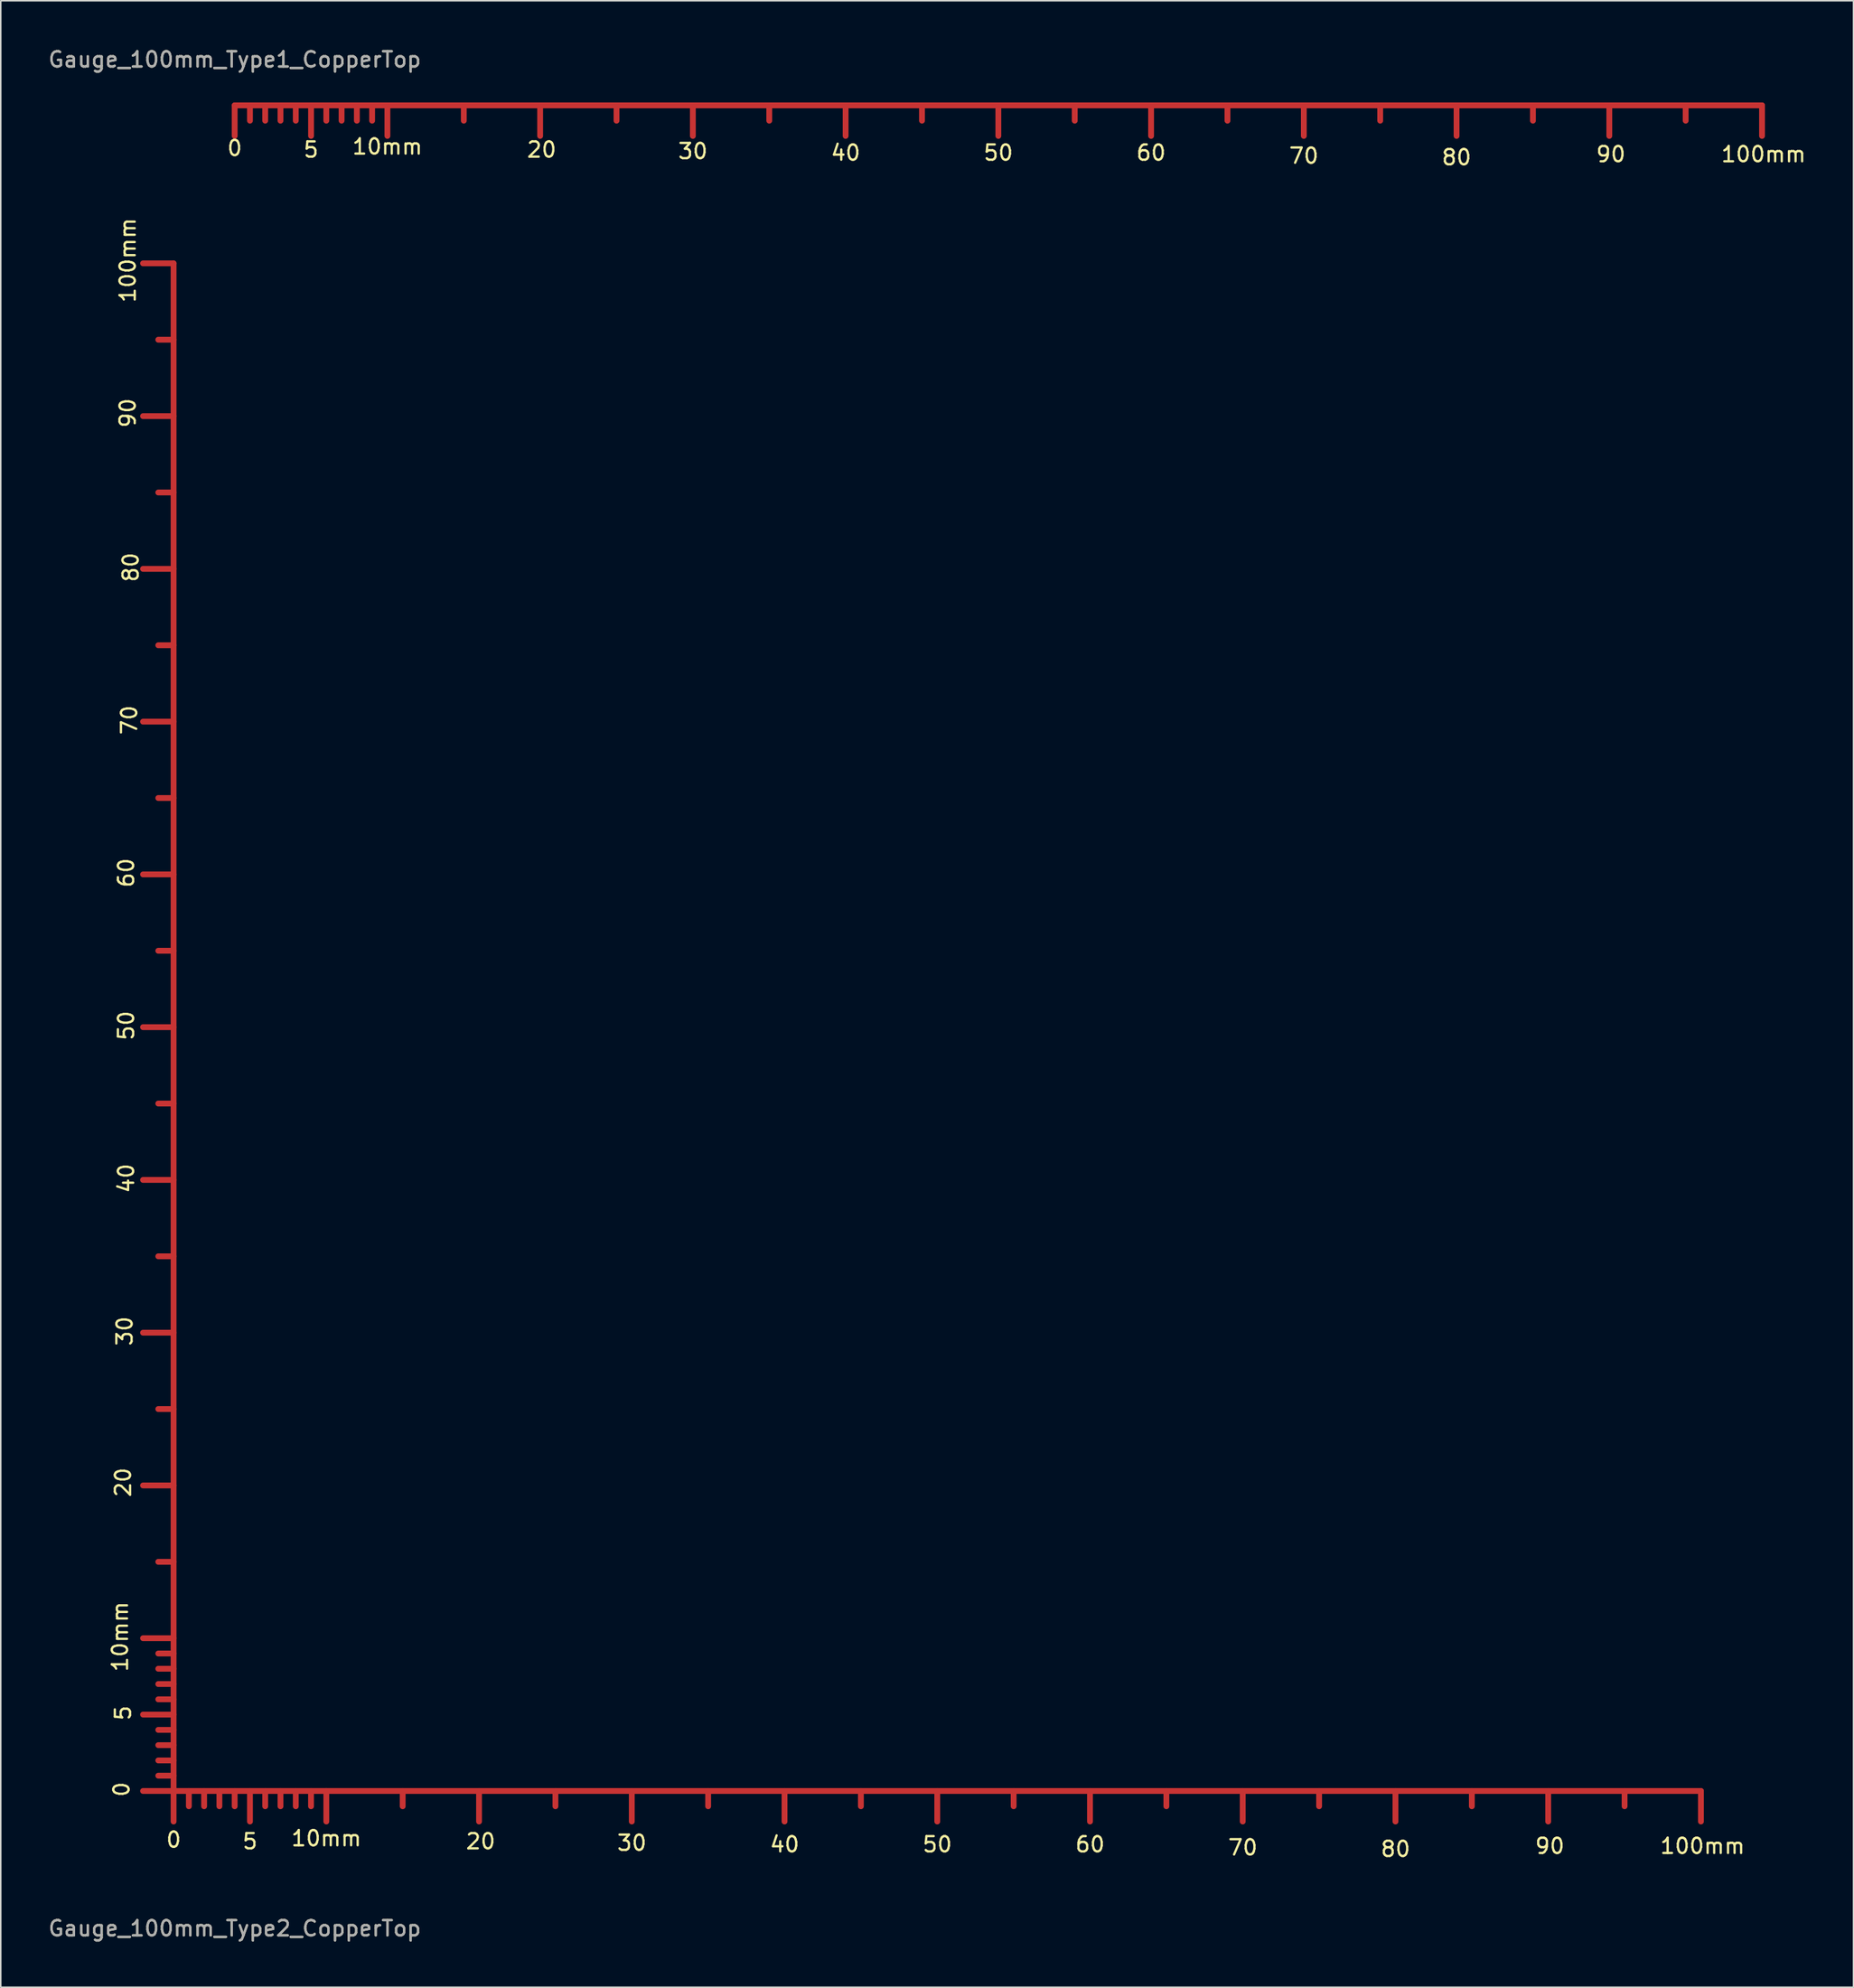
<source format=kicad_pcb>
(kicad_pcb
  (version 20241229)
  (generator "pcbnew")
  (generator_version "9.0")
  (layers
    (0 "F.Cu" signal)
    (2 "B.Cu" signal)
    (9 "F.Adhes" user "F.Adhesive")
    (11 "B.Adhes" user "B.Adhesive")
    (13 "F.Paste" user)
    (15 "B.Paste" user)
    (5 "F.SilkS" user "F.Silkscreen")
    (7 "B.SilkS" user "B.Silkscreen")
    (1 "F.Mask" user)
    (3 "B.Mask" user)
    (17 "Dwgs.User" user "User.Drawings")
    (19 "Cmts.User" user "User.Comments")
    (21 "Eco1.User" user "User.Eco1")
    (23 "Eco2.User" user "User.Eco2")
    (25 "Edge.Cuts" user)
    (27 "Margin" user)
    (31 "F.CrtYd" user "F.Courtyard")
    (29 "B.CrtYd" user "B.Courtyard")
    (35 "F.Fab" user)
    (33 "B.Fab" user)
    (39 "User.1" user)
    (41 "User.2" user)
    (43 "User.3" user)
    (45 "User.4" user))
  (footprint "Gauge_100mm_Type1_CopperTop"
    (layer "F.Cu")
    (at 12.315 3.848)
    (property "Reference" "Gauge_100mm_Type1_CopperTop" (at 0 -3 0) (layer "F.SilkS") (effects (font (size 1 1) (thickness 0.15))))
    (attr exclude_from_pos_files exclude_from_bom)
    (fp_line (start 0 0) (end 0 1.999) (stroke (width 0.381) (type solid)) (layer "F.Cu"))
    (fp_line (start 0 0) (end 10 0) (stroke (width 0.381) (type solid)) (layer "F.Cu"))
    (fp_line (start 1.001 0) (end 1.001 1.001) (stroke (width 0.381) (type solid)) (layer "F.Cu"))
    (fp_line (start 1.999 0) (end 1.999 1.001) (stroke (width 0.381) (type solid)) (layer "F.Cu"))
    (fp_line (start 3 0) (end 3 1.001) (stroke (width 0.381) (type solid)) (layer "F.Cu"))
    (fp_line (start 4 0) (end 4 1.001) (stroke (width 0.381) (type solid)) (layer "F.Cu"))
    (fp_line (start 5.001 0) (end 5.001 1.999) (stroke (width 0.381) (type solid)) (layer "F.Cu"))
    (fp_line (start 5.999 0) (end 5.999 1.001) (stroke (width 0.381) (type solid)) (layer "F.Cu"))
    (fp_line (start 7 0) (end 7 1.001) (stroke (width 0.381) (type solid)) (layer "F.Cu"))
    (fp_line (start 8.001 0) (end 8.001 1.001) (stroke (width 0.381) (type solid)) (layer "F.Cu"))
    (fp_line (start 8.999 0) (end 8.999 1.001) (stroke (width 0.381) (type solid)) (layer "F.Cu"))
    (fp_line (start 10 0) (end 10 1.999) (stroke (width 0.381) (type solid)) (layer "F.Cu"))
    (fp_line (start 10 0) (end 100 0) (stroke (width 0.381) (type solid)) (layer "F.Cu"))
    (fp_line (start 15.001 0) (end 15.001 1.001) (stroke (width 0.381) (type solid)) (layer "F.Cu"))
    (fp_line (start 20 0) (end 20 1.999) (stroke (width 0.381) (type solid)) (layer "F.Cu"))
    (fp_line (start 25.001 0) (end 25.001 1.001) (stroke (width 0.381) (type solid)) (layer "F.Cu"))
    (fp_line (start 30 0) (end 30 1.999) (stroke (width 0.381) (type solid)) (layer "F.Cu"))
    (fp_line (start 35.001 0) (end 35.001 1.001) (stroke (width 0.381) (type solid)) (layer "F.Cu"))
    (fp_line (start 40 0) (end 40 1.999) (stroke (width 0.381) (type solid)) (layer "F.Cu"))
    (fp_line (start 45.001 0) (end 45.001 1.001) (stroke (width 0.381) (type solid)) (layer "F.Cu"))
    (fp_line (start 50 0) (end 50 1.999) (stroke (width 0.381) (type solid)) (layer "F.Cu"))
    (fp_line (start 55.001 0) (end 55.001 1.001) (stroke (width 0.381) (type solid)) (layer "F.Cu"))
    (fp_line (start 60 0) (end 60 1.999) (stroke (width 0.381) (type solid)) (layer "F.Cu"))
    (fp_line (start 65.001 0) (end 65.001 1.001) (stroke (width 0.381) (type solid)) (layer "F.Cu"))
    (fp_line (start 70 0) (end 70 1.999) (stroke (width 0.381) (type solid)) (layer "F.Cu"))
    (fp_line (start 75.001 0) (end 75.001 1.001) (stroke (width 0.381) (type solid)) (layer "F.Cu"))
    (fp_line (start 80 0) (end 80 1.999) (stroke (width 0.381) (type solid)) (layer "F.Cu"))
    (fp_line (start 85.001 0) (end 85.001 1.001) (stroke (width 0.381) (type solid)) (layer "F.Cu"))
    (fp_line (start 90 0) (end 90 1.999) (stroke (width 0.381) (type solid)) (layer "F.Cu"))
    (fp_line (start 95.001 0) (end 95.001 1.001) (stroke (width 0.381) (type solid)) (layer "F.Cu"))
    (fp_line (start 100 0) (end 100 1.999) (stroke (width 0.381) (type solid)) (layer "F.Cu"))
    (fp_text user "5" (at 4.999 2.901 0) (layer "F.SilkS") (effects (font (size 1 1) (thickness 0.15))))
    (fp_text user "90" (at 90.101 3.203 0) (layer "F.SilkS") (effects (font (size 1 1) (thickness 0.15))))
    (fp_text user "100mm" (at 100.101 3.203 0) (layer "F.SilkS") (effects (font (size 1 1) (thickness 0.15))))
    (fp_text user "40" (at 40 3.101 0) (layer "F.SilkS") (effects (font (size 1 1) (thickness 0.15))))
    (fp_text user "80" (at 80 3.401 0) (layer "F.SilkS") (effects (font (size 1 1) (thickness 0.15))))
    (fp_text user "0" (at 0 2.799 0) (layer "F.SilkS") (effects (font (size 1 1) (thickness 0.15))))
    (fp_text user "20" (at 20.099 2.901 0) (layer "F.SilkS") (effects (font (size 1 1) (thickness 0.15))))
    (fp_text user "30" (at 30 3 0) (layer "F.SilkS") (effects (font (size 1 1) (thickness 0.15))))
    (fp_text user "60" (at 60 3.101 0) (layer "F.SilkS") (effects (font (size 1 1) (thickness 0.15))))
    (fp_text user "10mm" (at 10 2.7 0) (layer "F.SilkS") (effects (font (size 1 1) (thickness 0.15))))
    (fp_text user "70" (at 70 3.302 0) (layer "F.SilkS") (effects (font (size 1 1) (thickness 0.15))))
    (fp_text user "50" (at 50 3.101 0) (layer "F.SilkS") (effects (font (size 1 1) (thickness 0.15))))
    (fp_text user "${REFERENCE}" (at 0 -3 0) (layer "F.Fab") (effects (font (size 1 1) (thickness 0.15)))))
  (footprint "Gauge_100mm_Type2_CopperTop"
    (layer "F.Cu")
    (at 8.315 114.19)
    (property "Reference" "Gauge_100mm_Type2_CopperTop" (at 4 8.999 0) (layer "F.SilkS") (effects (font (size 1 1) (thickness 0.15))))
    (attr exclude_from_pos_files exclude_from_bom)
    (fp_line (start 0 -100) (end -1.999 -100) (stroke (width 0.381) (type solid)) (layer "F.Cu"))
    (fp_line (start 0 -95.001) (end -1.001 -95.001) (stroke (width 0.381) (type solid)) (layer "F.Cu"))
    (fp_line (start 0 -90) (end -1.999 -90) (stroke (width 0.381) (type solid)) (layer "F.Cu"))
    (fp_line (start 0 -85.001) (end -1.001 -85.001) (stroke (width 0.381) (type solid)) (layer "F.Cu"))
    (fp_line (start 0 -80) (end -1.999 -80) (stroke (width 0.381) (type solid)) (layer "F.Cu"))
    (fp_line (start 0 -75.001) (end -1.001 -75.001) (stroke (width 0.381) (type solid)) (layer "F.Cu"))
    (fp_line (start 0 -70) (end -1.999 -70) (stroke (width 0.381) (type solid)) (layer "F.Cu"))
    (fp_line (start 0 -65.001) (end -1.001 -65.001) (stroke (width 0.381) (type solid)) (layer "F.Cu"))
    (fp_line (start 0 -60) (end -1.999 -60) (stroke (width 0.381) (type solid)) (layer "F.Cu"))
    (fp_line (start 0 -55.001) (end -1.001 -55.001) (stroke (width 0.381) (type solid)) (layer "F.Cu"))
    (fp_line (start 0 -50) (end -1.999 -50) (stroke (width 0.381) (type solid)) (layer "F.Cu"))
    (fp_line (start 0 -45.001) (end -1.001 -45.001) (stroke (width 0.381) (type solid)) (layer "F.Cu"))
    (fp_line (start 0 -40) (end -1.999 -40) (stroke (width 0.381) (type solid)) (layer "F.Cu"))
    (fp_line (start 0 -35.001) (end -1.001 -35.001) (stroke (width 0.381) (type solid)) (layer "F.Cu"))
    (fp_line (start 0 -30) (end -1.999 -30) (stroke (width 0.381) (type solid)) (layer "F.Cu"))
    (fp_line (start 0 -25.001) (end -1.001 -25.001) (stroke (width 0.381) (type solid)) (layer "F.Cu"))
    (fp_line (start 0 -20) (end -1.999 -20) (stroke (width 0.381) (type solid)) (layer "F.Cu"))
    (fp_line (start 0 -15.001) (end -1.001 -15.001) (stroke (width 0.381) (type solid)) (layer "F.Cu"))
    (fp_line (start 0 -10) (end -1.999 -10) (stroke (width 0.381) (type solid)) (layer "F.Cu"))
    (fp_line (start 0 -8.999) (end -1.001 -8.999) (stroke (width 0.381) (type solid)) (layer "F.Cu"))
    (fp_line (start 0 -8.001) (end -1.001 -8.001) (stroke (width 0.381) (type solid)) (layer "F.Cu"))
    (fp_line (start 0 -7) (end -1.001 -7) (stroke (width 0.381) (type solid)) (layer "F.Cu"))
    (fp_line (start 0 -5.999) (end -1.001 -5.999) (stroke (width 0.381) (type solid)) (layer "F.Cu"))
    (fp_line (start 0 -5.001) (end -1.999 -5.001) (stroke (width 0.381) (type solid)) (layer "F.Cu"))
    (fp_line (start 0 -4) (end -1.001 -4) (stroke (width 0.381) (type solid)) (layer "F.Cu"))
    (fp_line (start 0 -3) (end -1.001 -3) (stroke (width 0.381) (type solid)) (layer "F.Cu"))
    (fp_line (start 0 -1.999) (end -1.001 -1.999) (stroke (width 0.381) (type solid)) (layer "F.Cu"))
    (fp_line (start 0 -1.001) (end -1.001 -1.001) (stroke (width 0.381) (type solid)) (layer "F.Cu"))
    (fp_line (start 0 0) (end -1.999 0) (stroke (width 0.381) (type solid)) (layer "F.Cu"))
    (fp_line (start 0 0) (end 0 -100) (stroke (width 0.381) (type solid)) (layer "F.Cu"))
    (fp_line (start 0 0) (end 0 1.999) (stroke (width 0.381) (type solid)) (layer "F.Cu"))
    (fp_line (start 0 0) (end 10 0) (stroke (width 0.381) (type solid)) (layer "F.Cu"))
    (fp_line (start 1.001 0) (end 1.001 1.001) (stroke (width 0.381) (type solid)) (layer "F.Cu"))
    (fp_line (start 1.999 0) (end 1.999 1.001) (stroke (width 0.381) (type solid)) (layer "F.Cu"))
    (fp_line (start 3 0) (end 3 1.001) (stroke (width 0.381) (type solid)) (layer "F.Cu"))
    (fp_line (start 4 0) (end 4 1.001) (stroke (width 0.381) (type solid)) (layer "F.Cu"))
    (fp_line (start 5.001 0) (end 5.001 1.999) (stroke (width 0.381) (type solid)) (layer "F.Cu"))
    (fp_line (start 5.999 0) (end 5.999 1.001) (stroke (width 0.381) (type solid)) (layer "F.Cu"))
    (fp_line (start 7 0) (end 7 1.001) (stroke (width 0.381) (type solid)) (layer "F.Cu"))
    (fp_line (start 8.001 0) (end 8.001 1.001) (stroke (width 0.381) (type solid)) (layer "F.Cu"))
    (fp_line (start 8.999 0) (end 8.999 1.001) (stroke (width 0.381) (type solid)) (layer "F.Cu"))
    (fp_line (start 10 0) (end 10 1.999) (stroke (width 0.381) (type solid)) (layer "F.Cu"))
    (fp_line (start 10 0) (end 100 0) (stroke (width 0.381) (type solid)) (layer "F.Cu"))
    (fp_line (start 15.001 0) (end 15.001 1.001) (stroke (width 0.381) (type solid)) (layer "F.Cu"))
    (fp_line (start 20 0) (end 20 1.999) (stroke (width 0.381) (type solid)) (layer "F.Cu"))
    (fp_line (start 25.001 0) (end 25.001 1.001) (stroke (width 0.381) (type solid)) (layer "F.Cu"))
    (fp_line (start 30 0) (end 30 1.999) (stroke (width 0.381) (type solid)) (layer "F.Cu"))
    (fp_line (start 35.001 0) (end 35.001 1.001) (stroke (width 0.381) (type solid)) (layer "F.Cu"))
    (fp_line (start 40 0) (end 40 1.999) (stroke (width 0.381) (type solid)) (layer "F.Cu"))
    (fp_line (start 45.001 0) (end 45.001 1.001) (stroke (width 0.381) (type solid)) (layer "F.Cu"))
    (fp_line (start 50 0) (end 50 1.999) (stroke (width 0.381) (type solid)) (layer "F.Cu"))
    (fp_line (start 55.001 0) (end 55.001 1.001) (stroke (width 0.381) (type solid)) (layer "F.Cu"))
    (fp_line (start 60 0) (end 60 1.999) (stroke (width 0.381) (type solid)) (layer "F.Cu"))
    (fp_line (start 65.001 0) (end 65.001 1.001) (stroke (width 0.381) (type solid)) (layer "F.Cu"))
    (fp_line (start 70 0) (end 70 1.999) (stroke (width 0.381) (type solid)) (layer "F.Cu"))
    (fp_line (start 75.001 0) (end 75.001 1.001) (stroke (width 0.381) (type solid)) (layer "F.Cu"))
    (fp_line (start 80 0) (end 80 1.999) (stroke (width 0.381) (type solid)) (layer "F.Cu"))
    (fp_line (start 85.001 0) (end 85.001 1.001) (stroke (width 0.381) (type solid)) (layer "F.Cu"))
    (fp_line (start 90 0) (end 90 1.999) (stroke (width 0.381) (type solid)) (layer "F.Cu"))
    (fp_line (start 95.001 0) (end 95.001 1.001) (stroke (width 0.381) (type solid)) (layer "F.Cu"))
    (fp_line (start 100 0) (end 100 1.999) (stroke (width 0.381) (type solid)) (layer "F.Cu"))
    (fp_text user "30" (at 30.005 3.399 0) (layer "F.SilkS") (effects (font (size 1 1) (thickness 0.15))))
    (fp_text user "10mm" (at -3.503 -10.104 90) (layer "F.SilkS") (effects (font (size 1 1) (thickness 0.15))))
    (fp_text user "80" (at 80.005 3.8 0) (layer "F.SilkS") (effects (font (size 1 1) (thickness 0.15))))
    (fp_text user "60" (at 60.005 3.5 0) (layer "F.SilkS") (effects (font (size 1 1) (thickness 0.15))))
    (fp_text user "30" (at -3.203 -30.104 90) (layer "F.SilkS") (effects (font (size 1 1) (thickness 0.15))))
    (fp_text user "80" (at -2.802 -80.104 90) (layer "F.SilkS") (effects (font (size 1 1) (thickness 0.15))))
    (fp_text user "40" (at 40.005 3.5 0) (layer "F.SilkS") (effects (font (size 1 1) (thickness 0.15))))
    (fp_text user "50" (at 50.005 3.5 0) (layer "F.SilkS") (effects (font (size 1 1) (thickness 0.15))))
    (fp_text user "100mm" (at 100.106 3.602 0) (layer "F.SilkS") (effects (font (size 1 1) (thickness 0.15))))
    (fp_text user "90" (at -3 -90.206 90) (layer "F.SilkS") (effects (font (size 1 1) (thickness 0.15))))
    (fp_text user "70" (at -2.901 -70.104 90) (layer "F.SilkS") (effects (font (size 1 1) (thickness 0.15))))
    (fp_text user "100mm" (at -3 -100.206 90) (layer "F.SilkS") (effects (font (size 1 1) (thickness 0.15))))
    (fp_text user "5" (at 5.004 3.299 0) (layer "F.SilkS") (effects (font (size 1 1) (thickness 0.15))))
    (fp_text user "60" (at -3.101 -60.104 90) (layer "F.SilkS") (effects (font (size 1 1) (thickness 0.15))))
    (fp_text user "20" (at 20.104 3.299 0) (layer "F.SilkS") (effects (font (size 1 1) (thickness 0.15))))
    (fp_text user "10mm" (at 10.005 3.099 0) (layer "F.SilkS") (effects (font (size 1 1) (thickness 0.15))))
    (fp_text user "20" (at -3.302 -20.203 90) (layer "F.SilkS") (effects (font (size 1 1) (thickness 0.15))))
    (fp_text user "0" (at -3.404 -0.104 90) (layer "F.SilkS") (effects (font (size 1 1) (thickness 0.15))))
    (fp_text user "5" (at -3.302 -5.103 90) (layer "F.SilkS") (effects (font (size 1 1) (thickness 0.15))))
    (fp_text user "70" (at 70.005 3.701 0) (layer "F.SilkS") (effects (font (size 1 1) (thickness 0.15))))
    (fp_text user "40" (at -3.101 -40.104 90) (layer "F.SilkS") (effects (font (size 1 1) (thickness 0.15))))
    (fp_text user "50" (at -3.101 -50.104 90) (layer "F.SilkS") (effects (font (size 1 1) (thickness 0.15))))
    (fp_text user "90" (at 90.106 3.602 0) (layer "F.SilkS") (effects (font (size 1 1) (thickness 0.15))))
    (fp_text user "0" (at 0.005 3.198 0) (layer "F.SilkS") (effects (font (size 1 1) (thickness 0.15))))
    (fp_text user "${REFERENCE}" (at 4 8.999 0) (layer "F.Fab") (effects (font (size 1 1) (thickness 0.15)))))
  (gr_rect
    (start -3 -3)
    (end 118.304 127.037)
    (stroke (width 0.1) (type default))
    (fill no)
    (layer "Edge.Cuts")))
</source>
